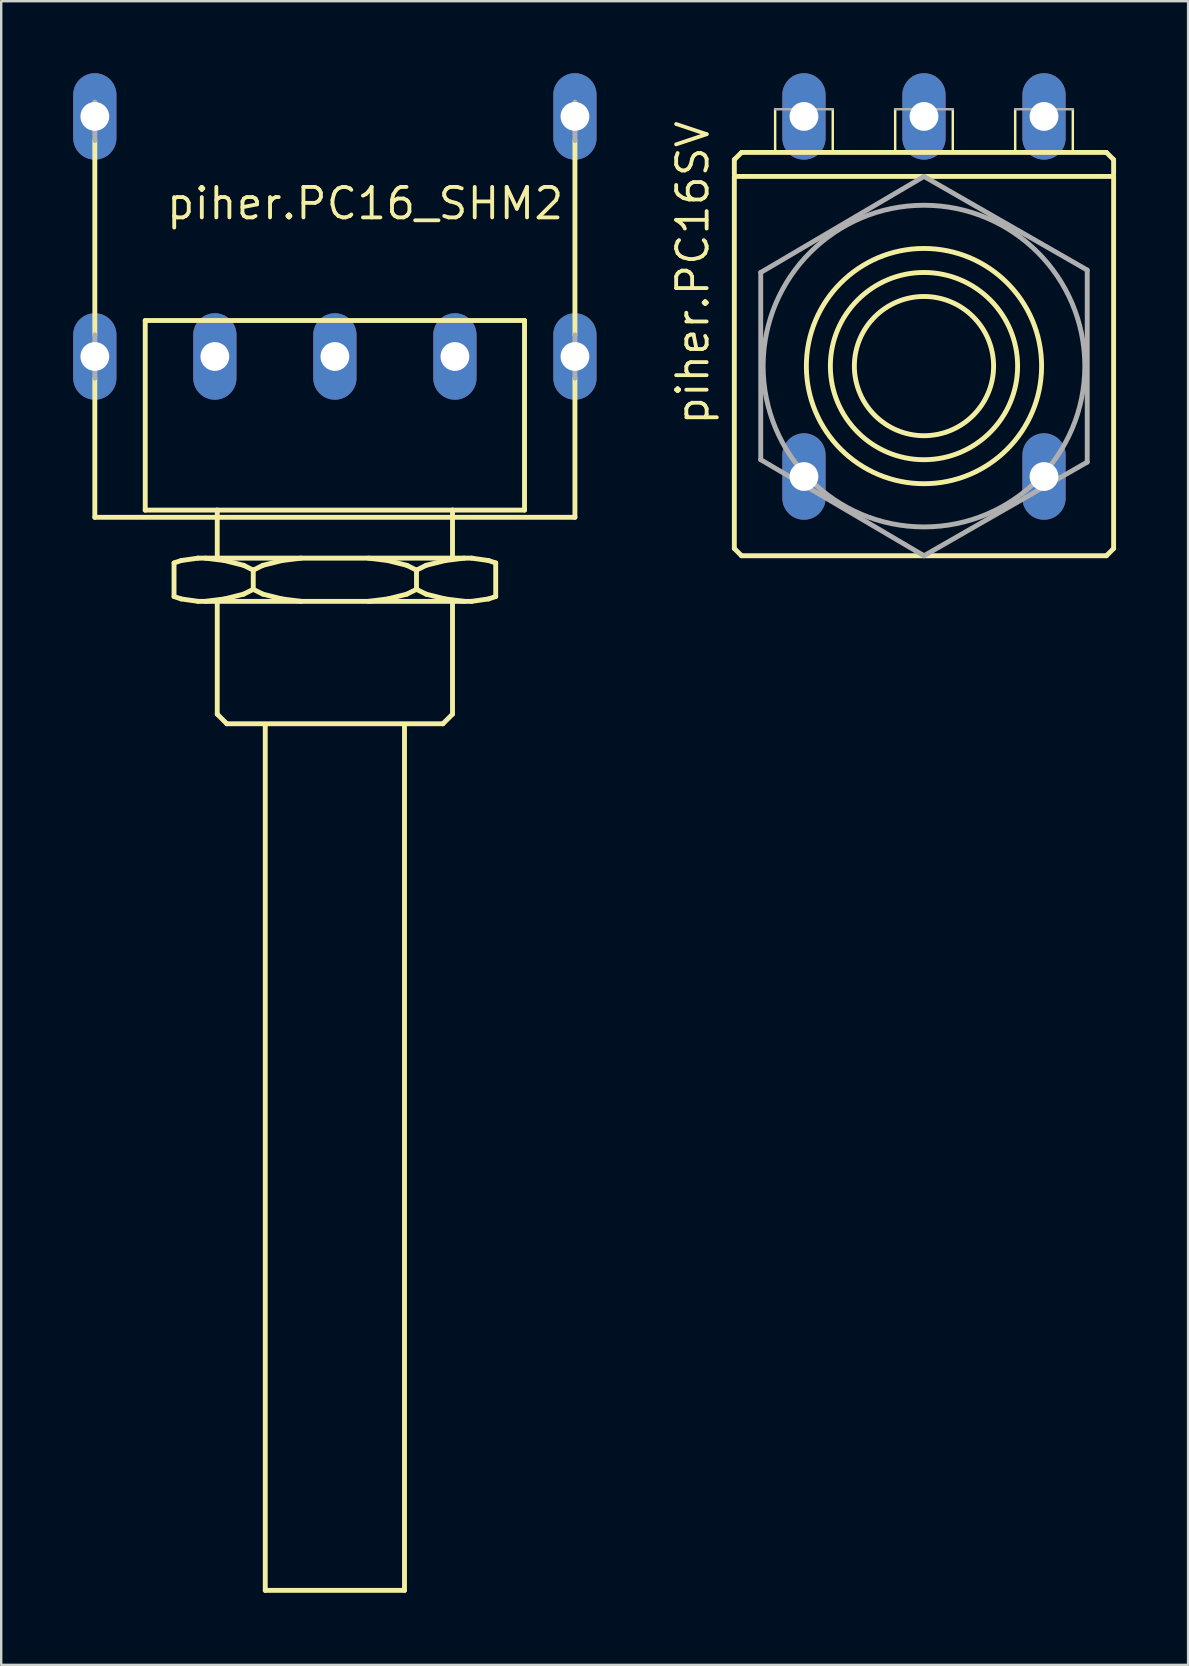
<source format=kicad_pcb>
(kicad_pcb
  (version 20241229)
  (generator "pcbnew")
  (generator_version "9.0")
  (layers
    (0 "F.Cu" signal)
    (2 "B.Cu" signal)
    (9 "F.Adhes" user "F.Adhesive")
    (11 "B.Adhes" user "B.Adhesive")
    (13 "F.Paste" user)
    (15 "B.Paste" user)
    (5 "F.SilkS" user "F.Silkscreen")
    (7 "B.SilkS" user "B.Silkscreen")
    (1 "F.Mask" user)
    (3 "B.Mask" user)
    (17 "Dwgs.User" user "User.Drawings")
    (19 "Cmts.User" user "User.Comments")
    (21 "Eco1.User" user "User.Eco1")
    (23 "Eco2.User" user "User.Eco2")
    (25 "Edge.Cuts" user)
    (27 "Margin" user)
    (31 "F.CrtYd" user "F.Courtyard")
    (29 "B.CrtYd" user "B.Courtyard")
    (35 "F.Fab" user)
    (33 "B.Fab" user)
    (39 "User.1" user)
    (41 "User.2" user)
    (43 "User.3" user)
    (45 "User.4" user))
  (footprint "piher.PC16SV"
    (layer "F.Cu")
    (at 35.44 12.2)
    (property "Reference" "piher.PC16SV" (at -8.89 2.54 90) (layer "F.SilkS") (effects (font (size 1.27 1.27) (thickness 0.16)) (justify left bottom)))
    (attr through_hole)
    (fp_line (start -7.9 -8.6) (end -7.9 -8) (stroke (width 0.203) (type default)) (layer "F.SilkS"))
    (fp_line (start -7.9 -7.9) (end -7.9 7.6) (stroke (width 0.203) (type default)) (layer "F.SilkS"))
    (fp_line (start -7.9 7.6) (end -7.6 7.9) (stroke (width 0.203) (type default)) (layer "F.SilkS"))
    (fp_line (start -7.6 -8.9) (end -7.9 -8.6) (stroke (width 0.203) (type default)) (layer "F.SilkS"))
    (fp_line (start -7.6 7.9) (end 0 7.9) (stroke (width 0.203) (type default)) (layer "F.SilkS"))
    (fp_line (start -6.2 -10.7) (end -6.2 -9) (stroke (width 0.102) (type default)) (layer "F.SilkS"))
    (fp_line (start -3.8 -10.7) (end -3.8 -9) (stroke (width 0.102) (type default)) (layer "F.SilkS"))
    (fp_line (start -1.2 -10.7) (end -1.2 -9) (stroke (width 0.102) (type default)) (layer "F.SilkS"))
    (fp_line (start 0 -7.9) (end -7.9 -7.9) (stroke (width 0.203) (type default)) (layer "F.SilkS"))
    (fp_line (start 0 7.9) (end 7.6 7.9) (stroke (width 0.203) (type default)) (layer "F.SilkS"))
    (fp_line (start 1.2 -10.7) (end 1.2 -9) (stroke (width 0.102) (type default)) (layer "F.SilkS"))
    (fp_line (start 3.8 -10.7) (end 3.8 -9) (stroke (width 0.102) (type default)) (layer "F.SilkS"))
    (fp_line (start 6.2 -10.7) (end 6.2 -9) (stroke (width 0.102) (type default)) (layer "F.SilkS"))
    (fp_line (start 7.6 -8.9) (end -7.6 -8.9) (stroke (width 0.203) (type default)) (layer "F.SilkS"))
    (fp_line (start 7.6 -8.9) (end 7.9 -8.6) (stroke (width 0.203) (type default)) (layer "F.SilkS"))
    (fp_line (start 7.6 7.9) (end 7.9 7.6) (stroke (width 0.203) (type default)) (layer "F.SilkS"))
    (fp_line (start 7.9 -8.6) (end 7.9 -8) (stroke (width 0.203) (type default)) (layer "F.SilkS"))
    (fp_line (start 7.9 -7.9) (end 0 -7.9) (stroke (width 0.203) (type default)) (layer "F.SilkS"))
    (fp_line (start 7.9 7.6) (end 7.9 -7.9) (stroke (width 0.203) (type default)) (layer "F.SilkS"))
    (fp_circle (center 0 0) (end 2.9 0) (stroke (width 0.203) (type default)) (fill no) (layer "F.SilkS"))
    (fp_circle (center 0 0) (end 3.9 0) (stroke (width 0.203) (type default)) (fill no) (layer "F.SilkS"))
    (fp_circle (center 0 0) (end 4.9 0) (stroke (width 0.203) (type default)) (fill no) (layer "F.SilkS"))
    (fp_line (start -6.8 -3.9) (end 0 -7.9) (stroke (width 0.203) (type default)) (layer "F.Fab"))
    (fp_line (start -6.8 3.9) (end -6.8 -3.9) (stroke (width 0.203) (type default)) (layer "F.Fab"))
    (fp_line (start -6.2 -10.7) (end -3.8 -10.7) (stroke (width 0.102) (type default)) (layer "F.Fab"))
    (fp_line (start -1.2 -10.7) (end 1.2 -10.7) (stroke (width 0.102) (type default)) (layer "F.Fab"))
    (fp_line (start 0 -7.9) (end 6.8 -4) (stroke (width 0.203) (type default)) (layer "F.Fab"))
    (fp_line (start 0 7.9) (end -6.8 3.9) (stroke (width 0.203) (type default)) (layer "F.Fab"))
    (fp_line (start 3.8 -10.7) (end 6.2 -10.7) (stroke (width 0.102) (type default)) (layer "F.Fab"))
    (fp_line (start 6.8 -4) (end 6.8 4) (stroke (width 0.203) (type default)) (layer "F.Fab"))
    (fp_line (start 6.8 4) (end 0 7.9) (stroke (width 0.203) (type default)) (layer "F.Fab"))
    (fp_circle (center 0 0) (end 6.7 0) (stroke (width 0.203) (type default)) (fill no) (layer "F.Fab"))
    (pad "1A" thru_hole oval (at -5 -10.4 90) (size 3.6 1.8) (drill 1.2) (layers "*.Cu" "*.Mask"))
    (pad "1E" thru_hole oval (at 5 -10.4 90) (size 3.6 1.8) (drill 1.2) (layers "*.Cu" "*.Mask"))
    (pad "1S" thru_hole oval (at 0 -10.4 90) (size 3.6 1.8) (drill 1.2) (layers "*.Cu" "*.Mask"))
    (pad "S1" thru_hole oval (at -5 4.6 90) (size 3.6 1.8) (drill 1.2) (layers "*.Cu" "*.Mask"))
    (pad "S2" thru_hole oval (at 5 4.6 90) (size 3.6 1.8) (drill 1.2) (layers "*.Cu" "*.Mask")))
  (footprint "piher.PC16_SHM2"
    (layer "F.Cu")
    (at 10.9 18.3)
    (property "Reference" "piher.PC16_SHM2" (at -7.1 -12.13 0) (layer "F.SilkS") (effects (font (size 1.27 1.27) (thickness 0.16)) (justify left bottom)))
    (attr through_hole)
    (fp_line (start -10 -7.4) (end -10 -15.5) (stroke (width 0.203) (type default)) (layer "F.SilkS"))
    (fp_line (start -10 0.2) (end -10 -5.6) (stroke (width 0.203) (type default)) (layer "F.SilkS"))
    (fp_line (start -10 0.2) (end 10 0.2) (stroke (width 0.203) (type default)) (layer "F.SilkS"))
    (fp_line (start -7.9 -8) (end -7.9 -0.1) (stroke (width 0.203) (type default)) (layer "F.SilkS"))
    (fp_line (start -7.9 -8) (end 7.9 -8) (stroke (width 0.203) (type default)) (layer "F.SilkS"))
    (fp_line (start -7.9 -0.1) (end -4.9 -0.1) (stroke (width 0.203) (type default)) (layer "F.SilkS"))
    (fp_line (start -6.7 2.1) (end -6.4 2) (stroke (width 0.203) (type default)) (layer "F.SilkS"))
    (fp_line (start -6.7 3.5) (end -6.7 2.1) (stroke (width 0.203) (type default)) (layer "F.SilkS"))
    (fp_line (start -6.4 2) (end -5.7 1.9) (stroke (width 0.203) (type default)) (layer "F.SilkS"))
    (fp_line (start -6.4 3.6) (end -6.7 3.5) (stroke (width 0.203) (type default)) (layer "F.SilkS"))
    (fp_line (start -5.7 1.9) (end -4.9 1.9) (stroke (width 0.203) (type default)) (layer "F.SilkS"))
    (fp_line (start -5.7 3.7) (end -6.4 3.6) (stroke (width 0.203) (type default)) (layer "F.SilkS"))
    (fp_line (start -4.9 -0.1) (end -4.9 1.9) (stroke (width 0.203) (type default)) (layer "F.SilkS"))
    (fp_line (start -4.9 -0.1) (end 4.9 -0.1) (stroke (width 0.203) (type default)) (layer "F.SilkS"))
    (fp_line (start -4.9 1.9) (end 4.9 1.9) (stroke (width 0.203) (type default)) (layer "F.SilkS"))
    (fp_line (start -4.9 3.7) (end -5.7 3.7) (stroke (width 0.203) (type default)) (layer "F.SilkS"))
    (fp_line (start -4.9 3.7) (end -4.9 8.4) (stroke (width 0.203) (type default)) (layer "F.SilkS"))
    (fp_line (start -4.9 8.4) (end -4.5 8.8) (stroke (width 0.203) (type default)) (layer "F.SilkS"))
    (fp_line (start -4.6 2) (end -5.4 1.9) (stroke (width 0.203) (type default)) (layer "F.SilkS"))
    (fp_line (start -4.6 3.6) (end -5.4 3.7) (stroke (width 0.203) (type default)) (layer "F.SilkS"))
    (fp_line (start -4.5 8.8) (end 4.5 8.8) (stroke (width 0.203) (type default)) (layer "F.SilkS"))
    (fp_line (start -3.8 2.2) (end -4.6 2) (stroke (width 0.203) (type default)) (layer "F.SilkS"))
    (fp_line (start -3.8 3.4) (end -4.6 3.6) (stroke (width 0.203) (type default)) (layer "F.SilkS"))
    (fp_line (start -3.4 2.4) (end -3.8 2.2) (stroke (width 0.203) (type default)) (layer "F.SilkS"))
    (fp_line (start -3.4 2.4) (end -3.4 3.2) (stroke (width 0.203) (type default)) (layer "F.SilkS"))
    (fp_line (start -3.4 2.4) (end -3 2.2) (stroke (width 0.203) (type default)) (layer "F.SilkS"))
    (fp_line (start -3.4 3.2) (end -3.8 3.4) (stroke (width 0.203) (type default)) (layer "F.SilkS"))
    (fp_line (start -3.4 3.2) (end -3 3.4) (stroke (width 0.203) (type default)) (layer "F.SilkS"))
    (fp_line (start -3 2.2) (end -2.2 2) (stroke (width 0.203) (type default)) (layer "F.SilkS"))
    (fp_line (start -3 3.4) (end -2.2 3.6) (stroke (width 0.203) (type default)) (layer "F.SilkS"))
    (fp_line (start -2.9 8.9) (end -2.9 44.9) (stroke (width 0.203) (type default)) (layer "F.SilkS"))
    (fp_line (start -2.9 44.9) (end 2.9 44.9) (stroke (width 0.203) (type default)) (layer "F.SilkS"))
    (fp_line (start -2.2 2) (end -1.4 1.9) (stroke (width 0.203) (type default)) (layer "F.SilkS"))
    (fp_line (start -2.2 3.6) (end -1.4 3.7) (stroke (width 0.203) (type default)) (layer "F.SilkS"))
    (fp_line (start 2.2 2) (end 1.4 1.9) (stroke (width 0.203) (type default)) (layer "F.SilkS"))
    (fp_line (start 2.2 3.6) (end 1.4 3.7) (stroke (width 0.203) (type default)) (layer "F.SilkS"))
    (fp_line (start 2.9 8.9) (end 2.9 44.9) (stroke (width 0.203) (type default)) (layer "F.SilkS"))
    (fp_line (start 3 2.2) (end 2.2 2) (stroke (width 0.203) (type default)) (layer "F.SilkS"))
    (fp_line (start 3 3.4) (end 2.2 3.6) (stroke (width 0.203) (type default)) (layer "F.SilkS"))
    (fp_line (start 3.4 2.4) (end 3 2.2) (stroke (width 0.203) (type default)) (layer "F.SilkS"))
    (fp_line (start 3.4 2.4) (end 3.4 3.2) (stroke (width 0.203) (type default)) (layer "F.SilkS"))
    (fp_line (start 3.4 2.4) (end 3.8 2.2) (stroke (width 0.203) (type default)) (layer "F.SilkS"))
    (fp_line (start 3.4 3.2) (end 3 3.4) (stroke (width 0.203) (type default)) (layer "F.SilkS"))
    (fp_line (start 3.4 3.2) (end 3.8 3.4) (stroke (width 0.203) (type default)) (layer "F.SilkS"))
    (fp_line (start 3.8 2.2) (end 4.6 2) (stroke (width 0.203) (type default)) (layer "F.SilkS"))
    (fp_line (start 3.8 3.4) (end 4.6 3.6) (stroke (width 0.203) (type default)) (layer "F.SilkS"))
    (fp_line (start 4.5 8.8) (end 4.9 8.4) (stroke (width 0.203) (type default)) (layer "F.SilkS"))
    (fp_line (start 4.6 2) (end 5.4 1.9) (stroke (width 0.203) (type default)) (layer "F.SilkS"))
    (fp_line (start 4.6 3.6) (end 5.4 3.7) (stroke (width 0.203) (type default)) (layer "F.SilkS"))
    (fp_line (start 4.9 -0.1) (end 4.9 1.9) (stroke (width 0.203) (type default)) (layer "F.SilkS"))
    (fp_line (start 4.9 -0.1) (end 7.9 -0.1) (stroke (width 0.203) (type default)) (layer "F.SilkS"))
    (fp_line (start 4.9 1.9) (end 5.7 1.9) (stroke (width 0.203) (type default)) (layer "F.SilkS"))
    (fp_line (start 4.9 3.7) (end -4.9 3.7) (stroke (width 0.203) (type default)) (layer "F.SilkS"))
    (fp_line (start 4.9 3.7) (end 4.9 8.4) (stroke (width 0.203) (type default)) (layer "F.SilkS"))
    (fp_line (start 5.7 1.9) (end 6.4 2) (stroke (width 0.203) (type default)) (layer "F.SilkS"))
    (fp_line (start 5.7 3.7) (end 4.9 3.7) (stroke (width 0.203) (type default)) (layer "F.SilkS"))
    (fp_line (start 6.4 2) (end 6.7 2.1) (stroke (width 0.203) (type default)) (layer "F.SilkS"))
    (fp_line (start 6.4 3.6) (end 5.7 3.7) (stroke (width 0.203) (type default)) (layer "F.SilkS"))
    (fp_line (start 6.7 2.1) (end 6.7 3.5) (stroke (width 0.203) (type default)) (layer "F.SilkS"))
    (fp_line (start 6.7 3.5) (end 6.4 3.6) (stroke (width 0.203) (type default)) (layer "F.SilkS"))
    (fp_line (start 7.9 -0.1) (end 7.9 -8) (stroke (width 0.203) (type default)) (layer "F.SilkS"))
    (fp_line (start 10 -7.4) (end 10 -15.5) (stroke (width 0.203) (type default)) (layer "F.SilkS"))
    (fp_line (start 10 0.2) (end 10 -5.6) (stroke (width 0.203) (type default)) (layer "F.SilkS"))
    (fp_line (start -10 -15.5) (end -10 -17.1) (stroke (width 0.203) (type default)) (layer "F.Fab"))
    (fp_line (start -10 -5.6) (end -10 -7.4) (stroke (width 0.203) (type default)) (layer "F.Fab"))
    (fp_line (start 10 -15.5) (end 10 -17.1) (stroke (width 0.203) (type default)) (layer "F.Fab"))
    (fp_line (start 10 -5.6) (end 10 -7.4) (stroke (width 0.203) (type default)) (layer "F.Fab"))
    (pad "1A" thru_hole oval (at -5 -6.5 90) (size 3.6 1.8) (drill 1.2) (layers "*.Cu" "*.Mask"))
    (pad "1E" thru_hole oval (at 5 -6.5 90) (size 3.6 1.8) (drill 1.2) (layers "*.Cu" "*.Mask"))
    (pad "1S" thru_hole oval (at 0 -6.5 90) (size 3.6 1.8) (drill 1.2) (layers "*.Cu" "*.Mask"))
    (pad "M1" thru_hole oval (at -10 -6.5 90) (size 3.6 1.8) (drill 1.2) (layers "*.Cu" "*.Mask"))
    (pad "M2" thru_hole oval (at 10 -6.5 90) (size 3.6 1.8) (drill 1.2) (layers "*.Cu" "*.Mask"))
    (pad "M3" thru_hole oval (at 10 -16.5 90) (size 3.6 1.8) (drill 1.2) (layers "*.Cu" "*.Mask"))
    (pad "M4" thru_hole oval (at -10 -16.5 90) (size 3.6 1.8) (drill 1.2) (layers "*.Cu" "*.Mask")))
  (gr_rect
    (start -3 -3)
    (end 46.442 66.302)
    (stroke (width 0.1) (type default))
    (fill no)
    (layer "Edge.Cuts")))
</source>
